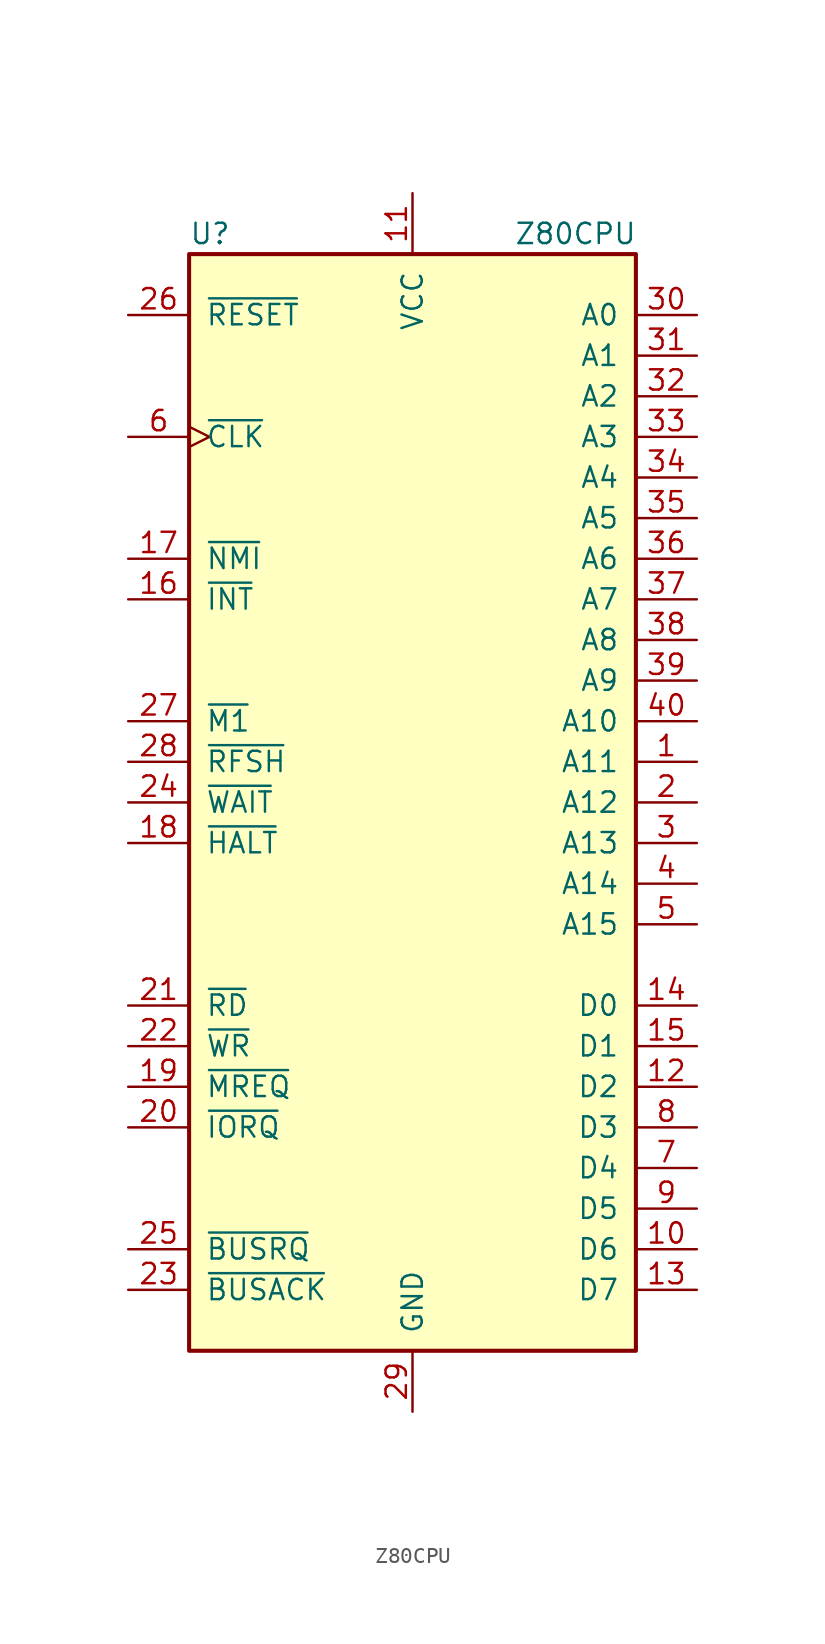
<source format=kicad_sym>
(kicad_symbol_lib
  (version 20231120)
  (generator "kicad_symbol_editor")
  (generator_version "8.0")
  (symbol "Z80CPU"
    (pin_names
      (offset 1.016))
    (property "Reference" "U"
      (at -13.97 35.56 0)
      (effects (font (size 1.27 1.27)) (justify left)))
    (property "Value" "Z80CPU"
      (at 6.35 35.56 0)
      (effects (font (size 1.27 1.27)) (justify left)))
    (symbol "Z80CPU_0_1"
      (rectangle (start -13.97 34.29) (end 13.97 -34.29) (stroke (width 0.254) (type default)) (fill (type background))))
    (symbol "Z80CPU_1_1"
      (pin output line (at 17.78 2.54 180) (length 3.81) (name "A11" (effects (font (size 1.27 1.27)))) (number "1" (effects (font (size 1.27 1.27)))))
      (pin bidirectional line (at 17.78 -27.94 180) (length 3.81) (name "D6" (effects (font (size 1.27 1.27)))) (number "10" (effects (font (size 1.27 1.27)))))
      (pin power_in line (at 0 38.1 270) (length 3.81) (name "VCC" (effects (font (size 1.27 1.27)))) (number "11" (effects (font (size 1.27 1.27)))))
      (pin bidirectional line (at 17.78 -17.78 180) (length 3.81) (name "D2" (effects (font (size 1.27 1.27)))) (number "12" (effects (font (size 1.27 1.27)))))
      (pin bidirectional line (at 17.78 -30.48 180) (length 3.81) (name "D7" (effects (font (size 1.27 1.27)))) (number "13" (effects (font (size 1.27 1.27)))))
      (pin bidirectional line (at 17.78 -12.7 180) (length 3.81) (name "D0" (effects (font (size 1.27 1.27)))) (number "14" (effects (font (size 1.27 1.27)))))
      (pin bidirectional line (at 17.78 -15.24 180) (length 3.81) (name "D1" (effects (font (size 1.27 1.27)))) (number "15" (effects (font (size 1.27 1.27)))))
      (pin input line (at -17.78 12.7 0) (length 3.81) (name "~{INT}" (effects (font (size 1.27 1.27)))) (number "16" (effects (font (size 1.27 1.27)))))
      (pin input line (at -17.78 15.24 0) (length 3.81) (name "~{NMI}" (effects (font (size 1.27 1.27)))) (number "17" (effects (font (size 1.27 1.27)))))
      (pin output line (at -17.78 -2.54 0) (length 3.81) (name "~{HALT}" (effects (font (size 1.27 1.27)))) (number "18" (effects (font (size 1.27 1.27)))))
      (pin output line (at -17.78 -17.78 0) (length 3.81) (name "~{MREQ}" (effects (font (size 1.27 1.27)))) (number "19" (effects (font (size 1.27 1.27)))))
      (pin output line (at 17.78 0 180) (length 3.81) (name "A12" (effects (font (size 1.27 1.27)))) (number "2" (effects (font (size 1.27 1.27)))))
      (pin output line (at -17.78 -20.32 0) (length 3.81) (name "~{IORQ}" (effects (font (size 1.27 1.27)))) (number "20" (effects (font (size 1.27 1.27)))))
      (pin output line (at -17.78 -12.7 0) (length 3.81) (name "~{RD}" (effects (font (size 1.27 1.27)))) (number "21" (effects (font (size 1.27 1.27)))))
      (pin output line (at -17.78 -15.24 0) (length 3.81) (name "~{WR}" (effects (font (size 1.27 1.27)))) (number "22" (effects (font (size 1.27 1.27)))))
      (pin output line (at -17.78 -30.48 0) (length 3.81) (name "~{BUSACK}" (effects (font (size 1.27 1.27)))) (number "23" (effects (font (size 1.27 1.27)))))
      (pin input line (at -17.78 0 0) (length 3.81) (name "~{WAIT}" (effects (font (size 1.27 1.27)))) (number "24" (effects (font (size 1.27 1.27)))))
      (pin input line (at -17.78 -27.94 0) (length 3.81) (name "~{BUSRQ}" (effects (font (size 1.27 1.27)))) (number "25" (effects (font (size 1.27 1.27)))))
      (pin input line (at -17.78 30.48 0) (length 3.81) (name "~{RESET}" (effects (font (size 1.27 1.27)))) (number "26" (effects (font (size 1.27 1.27)))))
      (pin output line (at -17.78 5.08 0) (length 3.81) (name "~{M1}" (effects (font (size 1.27 1.27)))) (number "27" (effects (font (size 1.27 1.27)))))
      (pin output line (at -17.78 2.54 0) (length 3.81) (name "~{RFSH}" (effects (font (size 1.27 1.27)))) (number "28" (effects (font (size 1.27 1.27)))))
      (pin power_in line (at 0 -38.1 90) (length 3.81) (name "GND" (effects (font (size 1.27 1.27)))) (number "29" (effects (font (size 1.27 1.27)))))
      (pin output line (at 17.78 -2.54 180) (length 3.81) (name "A13" (effects (font (size 1.27 1.27)))) (number "3" (effects (font (size 1.27 1.27)))))
      (pin output line (at 17.78 30.48 180) (length 3.81) (name "A0" (effects (font (size 1.27 1.27)))) (number "30" (effects (font (size 1.27 1.27)))))
      (pin output line (at 17.78 27.94 180) (length 3.81) (name "A1" (effects (font (size 1.27 1.27)))) (number "31" (effects (font (size 1.27 1.27)))))
      (pin output line (at 17.78 25.4 180) (length 3.81) (name "A2" (effects (font (size 1.27 1.27)))) (number "32" (effects (font (size 1.27 1.27)))))
      (pin output line (at 17.78 22.86 180) (length 3.81) (name "A3" (effects (font (size 1.27 1.27)))) (number "33" (effects (font (size 1.27 1.27)))))
      (pin output line (at 17.78 20.32 180) (length 3.81) (name "A4" (effects (font (size 1.27 1.27)))) (number "34" (effects (font (size 1.27 1.27)))))
      (pin output line (at 17.78 17.78 180) (length 3.81) (name "A5" (effects (font (size 1.27 1.27)))) (number "35" (effects (font (size 1.27 1.27)))))
      (pin output line (at 17.78 15.24 180) (length 3.81) (name "A6" (effects (font (size 1.27 1.27)))) (number "36" (effects (font (size 1.27 1.27)))))
      (pin output line (at 17.78 12.7 180) (length 3.81) (name "A7" (effects (font (size 1.27 1.27)))) (number "37" (effects (font (size 1.27 1.27)))))
      (pin output line (at 17.78 10.16 180) (length 3.81) (name "A8" (effects (font (size 1.27 1.27)))) (number "38" (effects (font (size 1.27 1.27)))))
      (pin output line (at 17.78 7.62 180) (length 3.81) (name "A9" (effects (font (size 1.27 1.27)))) (number "39" (effects (font (size 1.27 1.27)))))
      (pin output line (at 17.78 -5.08 180) (length 3.81) (name "A14" (effects (font (size 1.27 1.27)))) (number "4" (effects (font (size 1.27 1.27)))))
      (pin output line (at 17.78 5.08 180) (length 3.81) (name "A10" (effects (font (size 1.27 1.27)))) (number "40" (effects (font (size 1.27 1.27)))))
      (pin output line (at 17.78 -7.62 180) (length 3.81) (name "A15" (effects (font (size 1.27 1.27)))) (number "5" (effects (font (size 1.27 1.27)))))
      (pin input clock (at -17.78 22.86 0) (length 3.81) (name "~{CLK}" (effects (font (size 1.27 1.27)))) (number "6" (effects (font (size 1.27 1.27)))))
      (pin bidirectional line (at 17.78 -22.86 180) (length 3.81) (name "D4" (effects (font (size 1.27 1.27)))) (number "7" (effects (font (size 1.27 1.27)))))
      (pin bidirectional line (at 17.78 -20.32 180) (length 3.81) (name "D3" (effects (font (size 1.27 1.27)))) (number "8" (effects (font (size 1.27 1.27)))))
      (pin bidirectional line (at 17.78 -25.4 180) (length 3.81) (name "D5" (effects (font (size 1.27 1.27)))) (number "9" (effects (font (size 1.27 1.27))))))))
</source>
